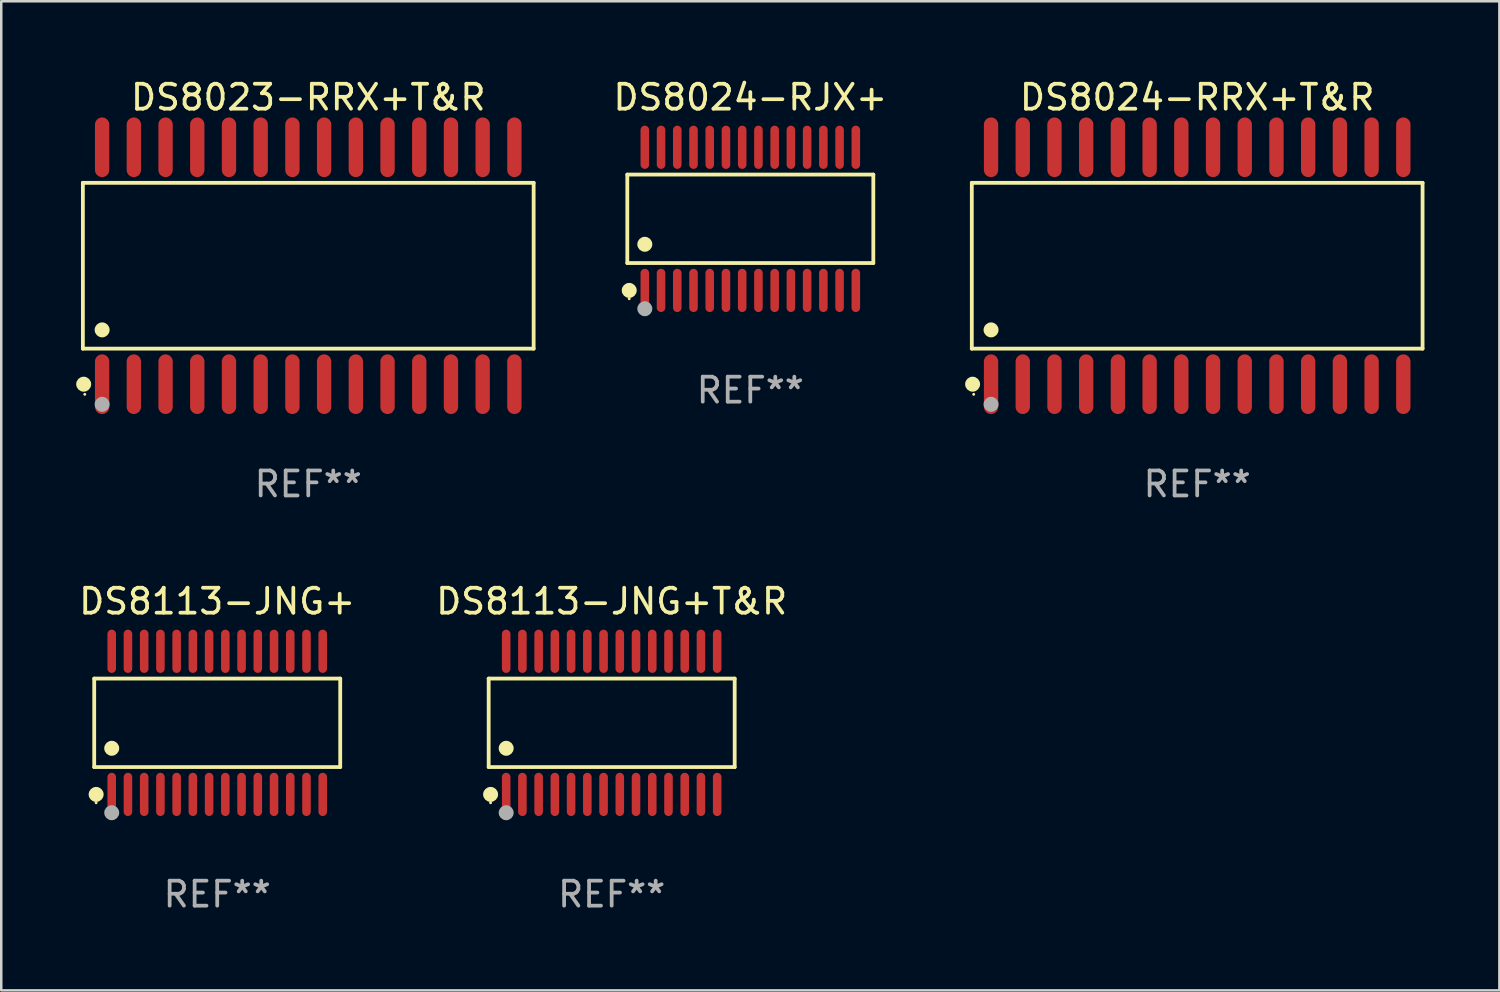
<source format=kicad_pcb>
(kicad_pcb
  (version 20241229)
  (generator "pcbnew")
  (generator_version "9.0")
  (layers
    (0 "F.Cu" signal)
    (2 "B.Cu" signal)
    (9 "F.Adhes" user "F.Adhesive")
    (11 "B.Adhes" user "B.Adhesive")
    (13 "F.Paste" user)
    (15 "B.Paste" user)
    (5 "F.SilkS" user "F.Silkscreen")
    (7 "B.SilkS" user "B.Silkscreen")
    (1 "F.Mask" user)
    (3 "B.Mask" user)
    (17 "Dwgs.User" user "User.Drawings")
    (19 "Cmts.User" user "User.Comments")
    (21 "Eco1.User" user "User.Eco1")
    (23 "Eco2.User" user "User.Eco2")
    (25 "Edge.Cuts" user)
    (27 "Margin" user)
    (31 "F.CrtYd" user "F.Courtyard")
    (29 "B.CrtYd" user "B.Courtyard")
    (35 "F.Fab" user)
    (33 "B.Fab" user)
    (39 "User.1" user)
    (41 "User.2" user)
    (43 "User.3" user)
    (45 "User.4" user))
  (footprint "DS8113-JNG+T&R"
    (layer "F.Cu")
    (at 21.446 25.898)
    (property "Reference" "DS8113-JNG+T&R" (at 0 -4.866 0) (layer "F.SilkS") (effects (font (size 1 1) (thickness 0.15))))
    (attr through_hole)
    (fp_line (start -4.926 -1.772) (end 4.926 -1.772) (stroke (width 0.152) (type solid)) (layer "F.SilkS"))
    (fp_line (start -4.926 1.771) (end -4.926 -1.772) (stroke (width 0.152) (type solid)) (layer "F.SilkS"))
    (fp_line (start 4.926 -1.772) (end 4.926 1.771) (stroke (width 0.152) (type solid)) (layer "F.SilkS"))
    (fp_line (start 4.926 1.771) (end -4.926 1.771) (stroke (width 0.152) (type solid)) (layer "F.SilkS"))
    (fp_circle (center -4.85 3.2) (end -4.82 3.2) (stroke (width 0.06) (type solid)) (fill no) (layer "F.SilkS"))
    (fp_circle (center -4.849 2.866) (end -4.699 2.866) (stroke (width 0.3) (type solid)) (fill no) (layer "F.SilkS"))
    (fp_circle (center -4.225 1.019) (end -4.075 1.019) (stroke (width 0.3) (type solid)) (fill no) (layer "F.SilkS"))
    (fp_circle (center -4.225 3.6) (end -4.075 3.6) (stroke (width 0.3) (type solid)) (fill no) (layer "F.Fab"))
    (fp_text user "REF**" (at 0 6.866 0) (layer "F.Fab") (effects (font (size 1 1) (thickness 0.15))))
    (pad "1" smd oval (at -4.225 2.866) (size 0.343 1.731) (layers "F.Cu" "F.Mask" "F.Paste"))
    (pad "2" smd oval (at -3.575 2.866) (size 0.343 1.731) (layers "F.Cu" "F.Mask" "F.Paste"))
    (pad "3" smd oval (at -2.925 2.866) (size 0.343 1.731) (layers "F.Cu" "F.Mask" "F.Paste"))
    (pad "4" smd oval (at -2.275 2.866) (size 0.343 1.731) (layers "F.Cu" "F.Mask" "F.Paste"))
    (pad "5" smd oval (at -1.625 2.866) (size 0.343 1.731) (layers "F.Cu" "F.Mask" "F.Paste"))
    (pad "6" smd oval (at -0.975 2.866) (size 0.343 1.731) (layers "F.Cu" "F.Mask" "F.Paste"))
    (pad "7" smd oval (at -0.325 2.866) (size 0.343 1.731) (layers "F.Cu" "F.Mask" "F.Paste"))
    (pad "8" smd oval (at 0.325 2.866) (size 0.343 1.731) (layers "F.Cu" "F.Mask" "F.Paste"))
    (pad "9" smd oval (at 0.975 2.866) (size 0.343 1.731) (layers "F.Cu" "F.Mask" "F.Paste"))
    (pad "10" smd oval (at 1.625 2.866) (size 0.343 1.731) (layers "F.Cu" "F.Mask" "F.Paste"))
    (pad "11" smd oval (at 2.275 2.866) (size 0.343 1.731) (layers "F.Cu" "F.Mask" "F.Paste"))
    (pad "12" smd oval (at 2.925 2.866) (size 0.343 1.731) (layers "F.Cu" "F.Mask" "F.Paste"))
    (pad "13" smd oval (at 3.575 2.866) (size 0.343 1.731) (layers "F.Cu" "F.Mask" "F.Paste"))
    (pad "14" smd oval (at 4.225 2.866) (size 0.343 1.731) (layers "F.Cu" "F.Mask" "F.Paste"))
    (pad "15" smd oval (at 4.225 -2.866) (size 0.343 1.731) (layers "F.Cu" "F.Mask" "F.Paste"))
    (pad "16" smd oval (at 3.575 -2.866) (size 0.343 1.731) (layers "F.Cu" "F.Mask" "F.Paste"))
    (pad "17" smd oval (at 2.925 -2.866) (size 0.343 1.731) (layers "F.Cu" "F.Mask" "F.Paste"))
    (pad "18" smd oval (at 2.275 -2.866) (size 0.343 1.731) (layers "F.Cu" "F.Mask" "F.Paste"))
    (pad "19" smd oval (at 1.625 -2.866) (size 0.343 1.731) (layers "F.Cu" "F.Mask" "F.Paste"))
    (pad "20" smd oval (at 0.975 -2.866) (size 0.343 1.731) (layers "F.Cu" "F.Mask" "F.Paste"))
    (pad "21" smd oval (at 0.325 -2.866) (size 0.343 1.731) (layers "F.Cu" "F.Mask" "F.Paste"))
    (pad "22" smd oval (at -0.325 -2.866) (size 0.343 1.731) (layers "F.Cu" "F.Mask" "F.Paste"))
    (pad "23" smd oval (at -0.975 -2.866) (size 0.343 1.731) (layers "F.Cu" "F.Mask" "F.Paste"))
    (pad "24" smd oval (at -1.625 -2.866) (size 0.343 1.731) (layers "F.Cu" "F.Mask" "F.Paste"))
    (pad "25" smd oval (at -2.275 -2.866) (size 0.343 1.731) (layers "F.Cu" "F.Mask" "F.Paste"))
    (pad "26" smd oval (at -2.925 -2.866) (size 0.343 1.731) (layers "F.Cu" "F.Mask" "F.Paste"))
    (pad "27" smd oval (at -3.575 -2.866) (size 0.343 1.731) (layers "F.Cu" "F.Mask" "F.Paste"))
    (pad "28" smd oval (at -4.225 -2.866) (size 0.343 1.731) (layers "F.Cu" "F.Mask" "F.Paste")))
  (footprint "DS8113-JNG+"
    (layer "F.Cu")
    (at 5.649 25.898)
    (property "Reference" "DS8113-JNG+" (at 0 -4.866 0) (layer "F.SilkS") (effects (font (size 1 1) (thickness 0.15))))
    (attr through_hole)
    (fp_line (start -4.926 -1.772) (end 4.926 -1.772) (stroke (width 0.152) (type solid)) (layer "F.SilkS"))
    (fp_line (start -4.926 1.771) (end -4.926 -1.772) (stroke (width 0.152) (type solid)) (layer "F.SilkS"))
    (fp_line (start 4.926 -1.772) (end 4.926 1.771) (stroke (width 0.152) (type solid)) (layer "F.SilkS"))
    (fp_line (start 4.926 1.771) (end -4.926 1.771) (stroke (width 0.152) (type solid)) (layer "F.SilkS"))
    (fp_circle (center -4.85 3.2) (end -4.82 3.2) (stroke (width 0.06) (type solid)) (fill no) (layer "F.SilkS"))
    (fp_circle (center -4.849 2.866) (end -4.699 2.866) (stroke (width 0.3) (type solid)) (fill no) (layer "F.SilkS"))
    (fp_circle (center -4.225 1.019) (end -4.075 1.019) (stroke (width 0.3) (type solid)) (fill no) (layer "F.SilkS"))
    (fp_circle (center -4.225 3.6) (end -4.075 3.6) (stroke (width 0.3) (type solid)) (fill no) (layer "F.Fab"))
    (fp_text user "REF**" (at 0 6.866 0) (layer "F.Fab") (effects (font (size 1 1) (thickness 0.15))))
    (pad "1" smd oval (at -4.225 2.866) (size 0.343 1.731) (layers "F.Cu" "F.Mask" "F.Paste"))
    (pad "2" smd oval (at -3.575 2.866) (size 0.343 1.731) (layers "F.Cu" "F.Mask" "F.Paste"))
    (pad "3" smd oval (at -2.925 2.866) (size 0.343 1.731) (layers "F.Cu" "F.Mask" "F.Paste"))
    (pad "4" smd oval (at -2.275 2.866) (size 0.343 1.731) (layers "F.Cu" "F.Mask" "F.Paste"))
    (pad "5" smd oval (at -1.625 2.866) (size 0.343 1.731) (layers "F.Cu" "F.Mask" "F.Paste"))
    (pad "6" smd oval (at -0.975 2.866) (size 0.343 1.731) (layers "F.Cu" "F.Mask" "F.Paste"))
    (pad "7" smd oval (at -0.325 2.866) (size 0.343 1.731) (layers "F.Cu" "F.Mask" "F.Paste"))
    (pad "8" smd oval (at 0.325 2.866) (size 0.343 1.731) (layers "F.Cu" "F.Mask" "F.Paste"))
    (pad "9" smd oval (at 0.975 2.866) (size 0.343 1.731) (layers "F.Cu" "F.Mask" "F.Paste"))
    (pad "10" smd oval (at 1.625 2.866) (size 0.343 1.731) (layers "F.Cu" "F.Mask" "F.Paste"))
    (pad "11" smd oval (at 2.275 2.866) (size 0.343 1.731) (layers "F.Cu" "F.Mask" "F.Paste"))
    (pad "12" smd oval (at 2.925 2.866) (size 0.343 1.731) (layers "F.Cu" "F.Mask" "F.Paste"))
    (pad "13" smd oval (at 3.575 2.866) (size 0.343 1.731) (layers "F.Cu" "F.Mask" "F.Paste"))
    (pad "14" smd oval (at 4.225 2.866) (size 0.343 1.731) (layers "F.Cu" "F.Mask" "F.Paste"))
    (pad "15" smd oval (at 4.225 -2.866) (size 0.343 1.731) (layers "F.Cu" "F.Mask" "F.Paste"))
    (pad "16" smd oval (at 3.575 -2.866) (size 0.343 1.731) (layers "F.Cu" "F.Mask" "F.Paste"))
    (pad "17" smd oval (at 2.925 -2.866) (size 0.343 1.731) (layers "F.Cu" "F.Mask" "F.Paste"))
    (pad "18" smd oval (at 2.275 -2.866) (size 0.343 1.731) (layers "F.Cu" "F.Mask" "F.Paste"))
    (pad "19" smd oval (at 1.625 -2.866) (size 0.343 1.731) (layers "F.Cu" "F.Mask" "F.Paste"))
    (pad "20" smd oval (at 0.975 -2.866) (size 0.343 1.731) (layers "F.Cu" "F.Mask" "F.Paste"))
    (pad "21" smd oval (at 0.325 -2.866) (size 0.343 1.731) (layers "F.Cu" "F.Mask" "F.Paste"))
    (pad "22" smd oval (at -0.325 -2.866) (size 0.343 1.731) (layers "F.Cu" "F.Mask" "F.Paste"))
    (pad "23" smd oval (at -0.975 -2.866) (size 0.343 1.731) (layers "F.Cu" "F.Mask" "F.Paste"))
    (pad "24" smd oval (at -1.625 -2.866) (size 0.343 1.731) (layers "F.Cu" "F.Mask" "F.Paste"))
    (pad "25" smd oval (at -2.275 -2.866) (size 0.343 1.731) (layers "F.Cu" "F.Mask" "F.Paste"))
    (pad "26" smd oval (at -2.925 -2.866) (size 0.343 1.731) (layers "F.Cu" "F.Mask" "F.Paste"))
    (pad "27" smd oval (at -3.575 -2.866) (size 0.343 1.731) (layers "F.Cu" "F.Mask" "F.Paste"))
    (pad "28" smd oval (at -4.225 -2.866) (size 0.343 1.731) (layers "F.Cu" "F.Mask" "F.Paste")))
  (footprint "DS8024-RJX+"
    (layer "F.Cu")
    (at 26.998 5.714)
    (property "Reference" "DS8024-RJX+" (at 0 -4.866 0) (layer "F.SilkS") (effects (font (size 1 1) (thickness 0.15))))
    (attr through_hole)
    (fp_line (start -4.926 -1.772) (end 4.926 -1.772) (stroke (width 0.152) (type solid)) (layer "F.SilkS"))
    (fp_line (start -4.926 1.771) (end -4.926 -1.772) (stroke (width 0.152) (type solid)) (layer "F.SilkS"))
    (fp_line (start 4.926 -1.772) (end 4.926 1.771) (stroke (width 0.152) (type solid)) (layer "F.SilkS"))
    (fp_line (start 4.926 1.771) (end -4.926 1.771) (stroke (width 0.152) (type solid)) (layer "F.SilkS"))
    (fp_circle (center -4.85 3.2) (end -4.82 3.2) (stroke (width 0.06) (type solid)) (fill no) (layer "F.SilkS"))
    (fp_circle (center -4.849 2.866) (end -4.699 2.866) (stroke (width 0.3) (type solid)) (fill no) (layer "F.SilkS"))
    (fp_circle (center -4.225 1.019) (end -4.075 1.019) (stroke (width 0.3) (type solid)) (fill no) (layer "F.SilkS"))
    (fp_circle (center -4.225 3.6) (end -4.075 3.6) (stroke (width 0.3) (type solid)) (fill no) (layer "F.Fab"))
    (fp_text user "REF**" (at 0 6.866 0) (layer "F.Fab") (effects (font (size 1 1) (thickness 0.15))))
    (pad "1" smd oval (at -4.225 2.866) (size 0.343 1.731) (layers "F.Cu" "F.Mask" "F.Paste"))
    (pad "2" smd oval (at -3.575 2.866) (size 0.343 1.731) (layers "F.Cu" "F.Mask" "F.Paste"))
    (pad "3" smd oval (at -2.925 2.866) (size 0.343 1.731) (layers "F.Cu" "F.Mask" "F.Paste"))
    (pad "4" smd oval (at -2.275 2.866) (size 0.343 1.731) (layers "F.Cu" "F.Mask" "F.Paste"))
    (pad "5" smd oval (at -1.625 2.866) (size 0.343 1.731) (layers "F.Cu" "F.Mask" "F.Paste"))
    (pad "6" smd oval (at -0.975 2.866) (size 0.343 1.731) (layers "F.Cu" "F.Mask" "F.Paste"))
    (pad "7" smd oval (at -0.325 2.866) (size 0.343 1.731) (layers "F.Cu" "F.Mask" "F.Paste"))
    (pad "8" smd oval (at 0.325 2.866) (size 0.343 1.731) (layers "F.Cu" "F.Mask" "F.Paste"))
    (pad "9" smd oval (at 0.975 2.866) (size 0.343 1.731) (layers "F.Cu" "F.Mask" "F.Paste"))
    (pad "10" smd oval (at 1.625 2.866) (size 0.343 1.731) (layers "F.Cu" "F.Mask" "F.Paste"))
    (pad "11" smd oval (at 2.275 2.866) (size 0.343 1.731) (layers "F.Cu" "F.Mask" "F.Paste"))
    (pad "12" smd oval (at 2.925 2.866) (size 0.343 1.731) (layers "F.Cu" "F.Mask" "F.Paste"))
    (pad "13" smd oval (at 3.575 2.866) (size 0.343 1.731) (layers "F.Cu" "F.Mask" "F.Paste"))
    (pad "14" smd oval (at 4.225 2.866) (size 0.343 1.731) (layers "F.Cu" "F.Mask" "F.Paste"))
    (pad "15" smd oval (at 4.225 -2.866) (size 0.343 1.731) (layers "F.Cu" "F.Mask" "F.Paste"))
    (pad "16" smd oval (at 3.575 -2.866) (size 0.343 1.731) (layers "F.Cu" "F.Mask" "F.Paste"))
    (pad "17" smd oval (at 2.925 -2.866) (size 0.343 1.731) (layers "F.Cu" "F.Mask" "F.Paste"))
    (pad "18" smd oval (at 2.275 -2.866) (size 0.343 1.731) (layers "F.Cu" "F.Mask" "F.Paste"))
    (pad "19" smd oval (at 1.625 -2.866) (size 0.343 1.731) (layers "F.Cu" "F.Mask" "F.Paste"))
    (pad "20" smd oval (at 0.975 -2.866) (size 0.343 1.731) (layers "F.Cu" "F.Mask" "F.Paste"))
    (pad "21" smd oval (at 0.325 -2.866) (size 0.343 1.731) (layers "F.Cu" "F.Mask" "F.Paste"))
    (pad "22" smd oval (at -0.325 -2.866) (size 0.343 1.731) (layers "F.Cu" "F.Mask" "F.Paste"))
    (pad "23" smd oval (at -0.975 -2.866) (size 0.343 1.731) (layers "F.Cu" "F.Mask" "F.Paste"))
    (pad "24" smd oval (at -1.625 -2.866) (size 0.343 1.731) (layers "F.Cu" "F.Mask" "F.Paste"))
    (pad "25" smd oval (at -2.275 -2.866) (size 0.343 1.731) (layers "F.Cu" "F.Mask" "F.Paste"))
    (pad "26" smd oval (at -2.925 -2.866) (size 0.343 1.731) (layers "F.Cu" "F.Mask" "F.Paste"))
    (pad "27" smd oval (at -3.575 -2.866) (size 0.343 1.731) (layers "F.Cu" "F.Mask" "F.Paste"))
    (pad "28" smd oval (at -4.225 -2.866) (size 0.343 1.731) (layers "F.Cu" "F.Mask" "F.Paste")))
  (footprint "DS8023-RRX+T&R"
    (layer "F.Cu")
    (at 9.295 7.592)
    (property "Reference" "DS8023-RRX+T&R" (at 0 -6.744 0) (layer "F.SilkS") (effects (font (size 1 1) (thickness 0.15))))
    (attr through_hole)
    (fp_line (start -9.026 -3.321) (end 9.026 -3.321) (stroke (width 0.152) (type solid)) (layer "F.SilkS"))
    (fp_line (start -9.026 3.321) (end -9.026 -3.321) (stroke (width 0.152) (type solid)) (layer "F.SilkS"))
    (fp_line (start 9.026 -3.321) (end 9.026 3.321) (stroke (width 0.152) (type solid)) (layer "F.SilkS"))
    (fp_line (start 9.026 3.321) (end -9.026 3.321) (stroke (width 0.152) (type solid)) (layer "F.SilkS"))
    (fp_circle (center -8.994 4.744) (end -8.844 4.744) (stroke (width 0.3) (type solid)) (fill no) (layer "F.SilkS"))
    (fp_circle (center -8.95 5.15) (end -8.92 5.15) (stroke (width 0.06) (type solid)) (fill no) (layer "F.SilkS"))
    (fp_circle (center -8.255 2.569) (end -8.105 2.569) (stroke (width 0.3) (type solid)) (fill no) (layer "F.SilkS"))
    (fp_circle (center -8.255 5.55) (end -8.105 5.55) (stroke (width 0.3) (type solid)) (fill no) (layer "F.Fab"))
    (fp_text user "REF**" (at 0 8.744 0) (layer "F.Fab") (effects (font (size 1 1) (thickness 0.15))))
    (pad "1" smd oval (at -8.255 4.744) (size 0.574 2.388) (layers "F.Cu" "F.Mask" "F.Paste"))
    (pad "2" smd oval (at -6.985 4.744) (size 0.574 2.388) (layers "F.Cu" "F.Mask" "F.Paste"))
    (pad "3" smd oval (at -5.715 4.744) (size 0.574 2.388) (layers "F.Cu" "F.Mask" "F.Paste"))
    (pad "4" smd oval (at -4.445 4.744) (size 0.574 2.388) (layers "F.Cu" "F.Mask" "F.Paste"))
    (pad "5" smd oval (at -3.175 4.744) (size 0.574 2.388) (layers "F.Cu" "F.Mask" "F.Paste"))
    (pad "6" smd oval (at -1.905 4.744) (size 0.574 2.388) (layers "F.Cu" "F.Mask" "F.Paste"))
    (pad "7" smd oval (at -0.635 4.744) (size 0.574 2.388) (layers "F.Cu" "F.Mask" "F.Paste"))
    (pad "8" smd oval (at 0.635 4.744) (size 0.574 2.388) (layers "F.Cu" "F.Mask" "F.Paste"))
    (pad "9" smd oval (at 1.905 4.744) (size 0.574 2.388) (layers "F.Cu" "F.Mask" "F.Paste"))
    (pad "10" smd oval (at 3.175 4.744) (size 0.574 2.388) (layers "F.Cu" "F.Mask" "F.Paste"))
    (pad "11" smd oval (at 4.445 4.744) (size 0.574 2.388) (layers "F.Cu" "F.Mask" "F.Paste"))
    (pad "12" smd oval (at 5.715 4.744) (size 0.574 2.388) (layers "F.Cu" "F.Mask" "F.Paste"))
    (pad "13" smd oval (at 6.985 4.744) (size 0.574 2.388) (layers "F.Cu" "F.Mask" "F.Paste"))
    (pad "14" smd oval (at 8.255 4.744) (size 0.574 2.388) (layers "F.Cu" "F.Mask" "F.Paste"))
    (pad "15" smd oval (at 8.255 -4.744) (size 0.574 2.388) (layers "F.Cu" "F.Mask" "F.Paste"))
    (pad "16" smd oval (at 6.985 -4.744) (size 0.574 2.388) (layers "F.Cu" "F.Mask" "F.Paste"))
    (pad "17" smd oval (at 5.715 -4.744) (size 0.574 2.388) (layers "F.Cu" "F.Mask" "F.Paste"))
    (pad "18" smd oval (at 4.445 -4.744) (size 0.574 2.388) (layers "F.Cu" "F.Mask" "F.Paste"))
    (pad "19" smd oval (at 3.175 -4.744) (size 0.574 2.388) (layers "F.Cu" "F.Mask" "F.Paste"))
    (pad "20" smd oval (at 1.905 -4.744) (size 0.574 2.388) (layers "F.Cu" "F.Mask" "F.Paste"))
    (pad "21" smd oval (at 0.635 -4.744) (size 0.574 2.388) (layers "F.Cu" "F.Mask" "F.Paste"))
    (pad "22" smd oval (at -0.635 -4.744) (size 0.574 2.388) (layers "F.Cu" "F.Mask" "F.Paste"))
    (pad "23" smd oval (at -1.905 -4.744) (size 0.574 2.388) (layers "F.Cu" "F.Mask" "F.Paste"))
    (pad "24" smd oval (at -3.175 -4.744) (size 0.574 2.388) (layers "F.Cu" "F.Mask" "F.Paste"))
    (pad "25" smd oval (at -4.445 -4.744) (size 0.574 2.388) (layers "F.Cu" "F.Mask" "F.Paste"))
    (pad "26" smd oval (at -5.715 -4.744) (size 0.574 2.388) (layers "F.Cu" "F.Mask" "F.Paste"))
    (pad "27" smd oval (at -6.985 -4.744) (size 0.574 2.388) (layers "F.Cu" "F.Mask" "F.Paste"))
    (pad "28" smd oval (at -8.255 -4.744) (size 0.574 2.388) (layers "F.Cu" "F.Mask" "F.Paste")))
  (footprint "DS8024-RRX+T&R"
    (layer "F.Cu")
    (at 44.894 7.592)
    (property "Reference" "DS8024-RRX+T&R" (at 0 -6.744 0) (layer "F.SilkS") (effects (font (size 1 1) (thickness 0.15))))
    (attr through_hole)
    (fp_line (start -9.026 -3.321) (end 9.026 -3.321) (stroke (width 0.152) (type solid)) (layer "F.SilkS"))
    (fp_line (start -9.026 3.321) (end -9.026 -3.321) (stroke (width 0.152) (type solid)) (layer "F.SilkS"))
    (fp_line (start 9.026 -3.321) (end 9.026 3.321) (stroke (width 0.152) (type solid)) (layer "F.SilkS"))
    (fp_line (start 9.026 3.321) (end -9.026 3.321) (stroke (width 0.152) (type solid)) (layer "F.SilkS"))
    (fp_circle (center -8.994 4.744) (end -8.844 4.744) (stroke (width 0.3) (type solid)) (fill no) (layer "F.SilkS"))
    (fp_circle (center -8.95 5.15) (end -8.92 5.15) (stroke (width 0.06) (type solid)) (fill no) (layer "F.SilkS"))
    (fp_circle (center -8.255 2.569) (end -8.105 2.569) (stroke (width 0.3) (type solid)) (fill no) (layer "F.SilkS"))
    (fp_circle (center -8.255 5.55) (end -8.105 5.55) (stroke (width 0.3) (type solid)) (fill no) (layer "F.Fab"))
    (fp_text user "REF**" (at 0 8.744 0) (layer "F.Fab") (effects (font (size 1 1) (thickness 0.15))))
    (pad "1" smd oval (at -8.255 4.744) (size 0.574 2.388) (layers "F.Cu" "F.Mask" "F.Paste"))
    (pad "2" smd oval (at -6.985 4.744) (size 0.574 2.388) (layers "F.Cu" "F.Mask" "F.Paste"))
    (pad "3" smd oval (at -5.715 4.744) (size 0.574 2.388) (layers "F.Cu" "F.Mask" "F.Paste"))
    (pad "4" smd oval (at -4.445 4.744) (size 0.574 2.388) (layers "F.Cu" "F.Mask" "F.Paste"))
    (pad "5" smd oval (at -3.175 4.744) (size 0.574 2.388) (layers "F.Cu" "F.Mask" "F.Paste"))
    (pad "6" smd oval (at -1.905 4.744) (size 0.574 2.388) (layers "F.Cu" "F.Mask" "F.Paste"))
    (pad "7" smd oval (at -0.635 4.744) (size 0.574 2.388) (layers "F.Cu" "F.Mask" "F.Paste"))
    (pad "8" smd oval (at 0.635 4.744) (size 0.574 2.388) (layers "F.Cu" "F.Mask" "F.Paste"))
    (pad "9" smd oval (at 1.905 4.744) (size 0.574 2.388) (layers "F.Cu" "F.Mask" "F.Paste"))
    (pad "10" smd oval (at 3.175 4.744) (size 0.574 2.388) (layers "F.Cu" "F.Mask" "F.Paste"))
    (pad "11" smd oval (at 4.445 4.744) (size 0.574 2.388) (layers "F.Cu" "F.Mask" "F.Paste"))
    (pad "12" smd oval (at 5.715 4.744) (size 0.574 2.388) (layers "F.Cu" "F.Mask" "F.Paste"))
    (pad "13" smd oval (at 6.985 4.744) (size 0.574 2.388) (layers "F.Cu" "F.Mask" "F.Paste"))
    (pad "14" smd oval (at 8.255 4.744) (size 0.574 2.388) (layers "F.Cu" "F.Mask" "F.Paste"))
    (pad "15" smd oval (at 8.255 -4.744) (size 0.574 2.388) (layers "F.Cu" "F.Mask" "F.Paste"))
    (pad "16" smd oval (at 6.985 -4.744) (size 0.574 2.388) (layers "F.Cu" "F.Mask" "F.Paste"))
    (pad "17" smd oval (at 5.715 -4.744) (size 0.574 2.388) (layers "F.Cu" "F.Mask" "F.Paste"))
    (pad "18" smd oval (at 4.445 -4.744) (size 0.574 2.388) (layers "F.Cu" "F.Mask" "F.Paste"))
    (pad "19" smd oval (at 3.175 -4.744) (size 0.574 2.388) (layers "F.Cu" "F.Mask" "F.Paste"))
    (pad "20" smd oval (at 1.905 -4.744) (size 0.574 2.388) (layers "F.Cu" "F.Mask" "F.Paste"))
    (pad "21" smd oval (at 0.635 -4.744) (size 0.574 2.388) (layers "F.Cu" "F.Mask" "F.Paste"))
    (pad "22" smd oval (at -0.635 -4.744) (size 0.574 2.388) (layers "F.Cu" "F.Mask" "F.Paste"))
    (pad "23" smd oval (at -1.905 -4.744) (size 0.574 2.388) (layers "F.Cu" "F.Mask" "F.Paste"))
    (pad "24" smd oval (at -3.175 -4.744) (size 0.574 2.388) (layers "F.Cu" "F.Mask" "F.Paste"))
    (pad "25" smd oval (at -4.445 -4.744) (size 0.574 2.388) (layers "F.Cu" "F.Mask" "F.Paste"))
    (pad "26" smd oval (at -5.715 -4.744) (size 0.574 2.388) (layers "F.Cu" "F.Mask" "F.Paste"))
    (pad "27" smd oval (at -6.985 -4.744) (size 0.574 2.388) (layers "F.Cu" "F.Mask" "F.Paste"))
    (pad "28" smd oval (at -8.255 -4.744) (size 0.574 2.388) (layers "F.Cu" "F.Mask" "F.Paste")))
  (gr_rect
    (start -3 -3)
    (end 56.996 36.612)
    (stroke (width 0.1) (type default))
    (fill no)
    (layer "Edge.Cuts")))
</source>
